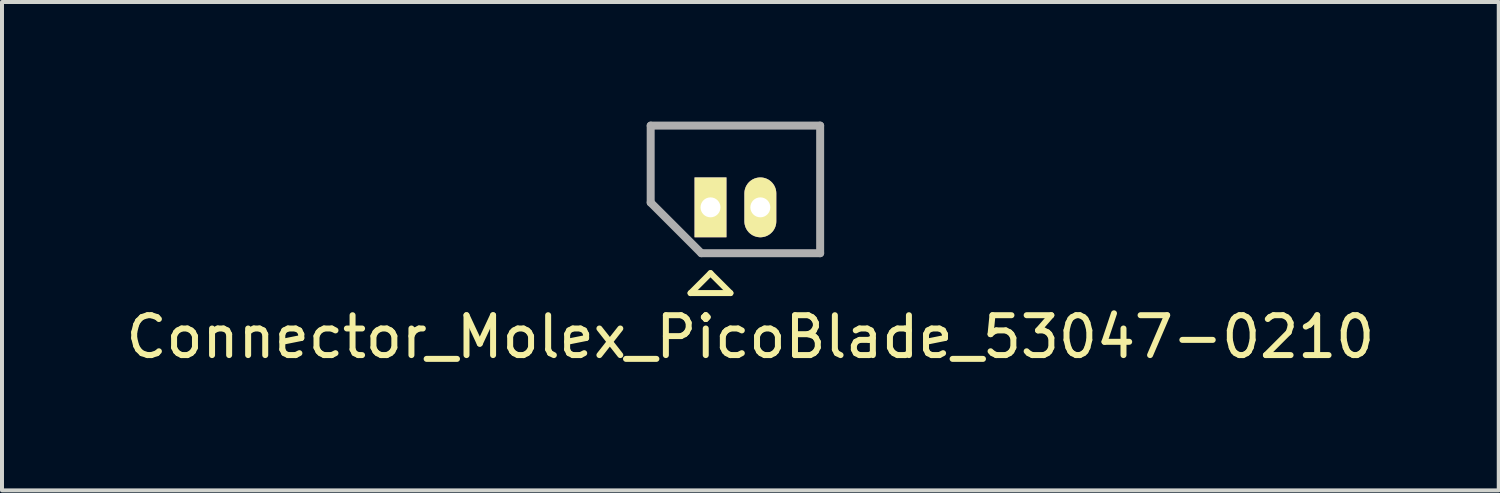
<source format=kicad_pcb>
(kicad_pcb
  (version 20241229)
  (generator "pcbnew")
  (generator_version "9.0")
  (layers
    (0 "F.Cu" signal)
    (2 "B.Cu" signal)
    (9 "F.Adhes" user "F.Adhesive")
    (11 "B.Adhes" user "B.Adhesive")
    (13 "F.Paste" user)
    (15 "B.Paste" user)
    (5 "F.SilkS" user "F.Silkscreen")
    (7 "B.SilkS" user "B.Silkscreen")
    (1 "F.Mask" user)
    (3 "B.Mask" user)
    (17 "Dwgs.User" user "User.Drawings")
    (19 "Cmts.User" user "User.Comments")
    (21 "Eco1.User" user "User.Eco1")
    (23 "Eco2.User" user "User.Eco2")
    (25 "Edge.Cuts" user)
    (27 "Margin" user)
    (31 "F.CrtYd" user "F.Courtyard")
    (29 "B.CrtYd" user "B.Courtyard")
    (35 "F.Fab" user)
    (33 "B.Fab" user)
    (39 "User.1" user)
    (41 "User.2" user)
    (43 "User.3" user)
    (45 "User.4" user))
  (footprint "Connector_Molex_PicoBlade_53047-0210"
    (layer "F.Cu")
    (at 14.768 2.15)
    (property "Reference" "Connector_Molex_PicoBlade_53047-0210" (at 1 3.25 0) (layer "F.SilkS") (effects (font (size 1 1) (thickness 0.15))))
    (attr through_hole)
    (fp_line (start -1.5 -2.05) (end 2.75 -2.05) (stroke (width 0.15) (type solid)) (layer "F.SilkS"))
    (fp_line (start -1.5 -0.12) (end -1.5 -2.05) (stroke (width 0.15) (type solid)) (layer "F.SilkS"))
    (fp_line (start -0.5 2.15) (end 0 1.65) (stroke (width 0.15) (type solid)) (layer "F.SilkS"))
    (fp_line (start 0 1.65) (end 0.5 2.15) (stroke (width 0.15) (type solid)) (layer "F.SilkS"))
    (fp_line (start 0.5 2.15) (end -0.5 2.15) (stroke (width 0.15) (type solid)) (layer "F.SilkS"))
    (fp_line (start 2.75 -2.05) (end 2.75 1.15) (stroke (width 0.15) (type solid)) (layer "F.SilkS"))
    (fp_line (start 2.75 1.15) (end -0.23 1.15) (stroke (width 0.15) (type solid)) (layer "F.SilkS"))
    (fp_line (start -1.5 -2.05) (end 2.75 -2.05) (stroke (width 0.2) (type solid)) (layer "F.Fab"))
    (fp_line (start -1.5 -0.12) (end -1.5 -2.05) (stroke (width 0.2) (type solid)) (layer "F.Fab"))
    (fp_line (start -0.23 1.15) (end -1.5 -0.12) (stroke (width 0.2) (type solid)) (layer "F.Fab"))
    (fp_line (start 2.75 -2.05) (end 2.75 1.15) (stroke (width 0.2) (type solid)) (layer "F.Fab"))
    (fp_line (start 2.75 1.15) (end -0.23 1.15) (stroke (width 0.2) (type solid)) (layer "F.Fab"))
    (pad "1" thru_hole rect (at 0 0) (size 0.8 1.5) (drill 0.5) (layers "*.Cu" "*.Mask" "F.SilkS"))
    (pad "2" thru_hole oval (at 1.25 0) (size 0.8 1.5) (drill 0.5) (layers "*.Cu" "*.Mask" "F.SilkS")))
  (gr_rect
    (start -3 -3)
    (end 34.536 9.248)
    (stroke (width 0.1) (type default))
    (fill no)
    (layer "Edge.Cuts")))
</source>
